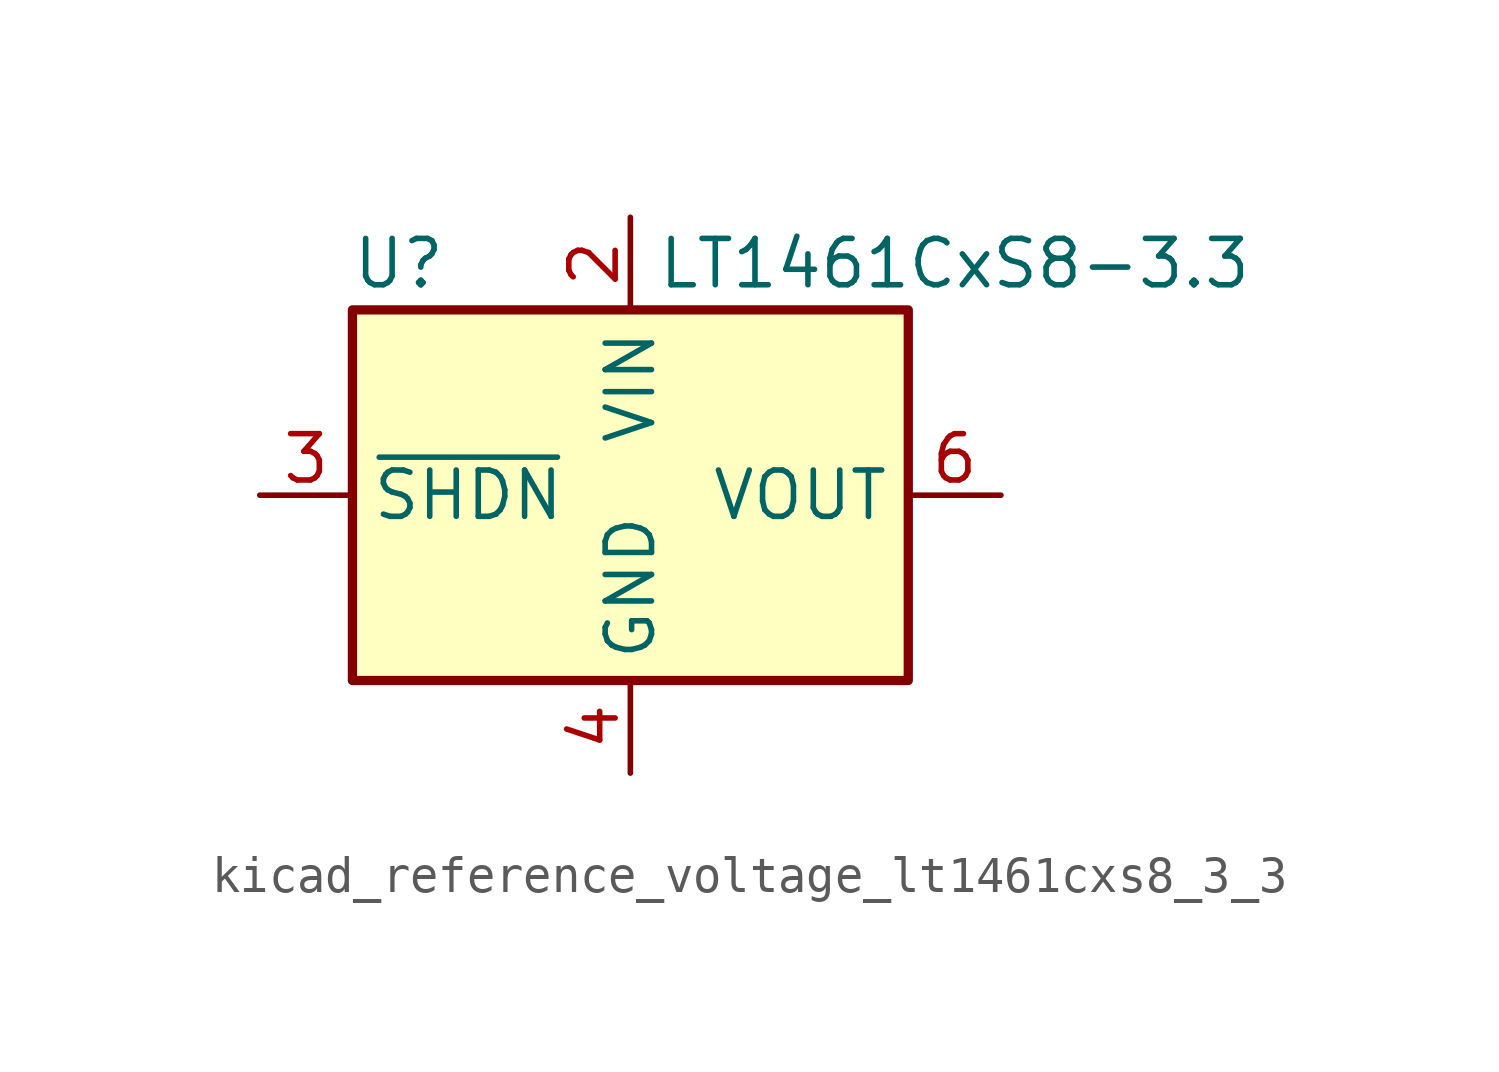
<source format=kicad_sym>
(kicad_symbol_lib
  (version 20220914)
  (generator kicad_symbol_editor)
  (symbol "kicad_reference_voltage_lt1461cxs8_3_3"
    (property "Reference" "U"
      (at -6.35 6.35 0)
      (effects (font (size 1.27 1.27))))
    (property "Value" "LT1461CxS8-3.3"
      (at 8.89 6.35 0)
      (effects (font (size 1.27 1.27))))
    (symbol "kicad_reference_voltage_lt1461cxs8_3_3_1_1"
      (rectangle (start -7.62 5.08) (end 7.62 -5.08) (stroke (width 0.254) (type default)) (fill (type background)))
      (pin no_connect line (at 7.62 -2.54 180) (length 2.54) hide (name "DNC" (effects (font (size 1.27 1.27)))) (number "1" (effects (font (size 1.27 1.27)))))
      (pin power_in line (at 0 7.62 270) (length 2.54) (name "VIN" (effects (font (size 1.27 1.27)))) (number "2" (effects (font (size 1.27 1.27)))))
      (pin input line (at -10.16 0 0) (length 2.54) (name "~{SHDN}" (effects (font (size 1.27 1.27)))) (number "3" (effects (font (size 1.27 1.27)))))
      (pin power_in line (at 0 -7.62 90) (length 2.54) (name "GND" (effects (font (size 1.27 1.27)))) (number "4" (effects (font (size 1.27 1.27)))))
      (pin no_connect line (at -7.62 -2.54 0) (length 2.54) hide (name "DNC" (effects (font (size 1.27 1.27)))) (number "5" (effects (font (size 1.27 1.27)))))
      (pin power_out line (at 10.16 0 180) (length 2.54) (name "VOUT" (effects (font (size 1.27 1.27)))) (number "6" (effects (font (size 1.27 1.27)))))
      (pin no_connect line (at -7.62 2.54 0) (length 2.54) hide (name "DNC" (effects (font (size 1.27 1.27)))) (number "7" (effects (font (size 1.27 1.27)))))
      (pin no_connect line (at 7.62 2.54 180) (length 2.54) hide (name "DNC" (effects (font (size 1.27 1.27)))) (number "8" (effects (font (size 1.27 1.27))))))))
</source>
